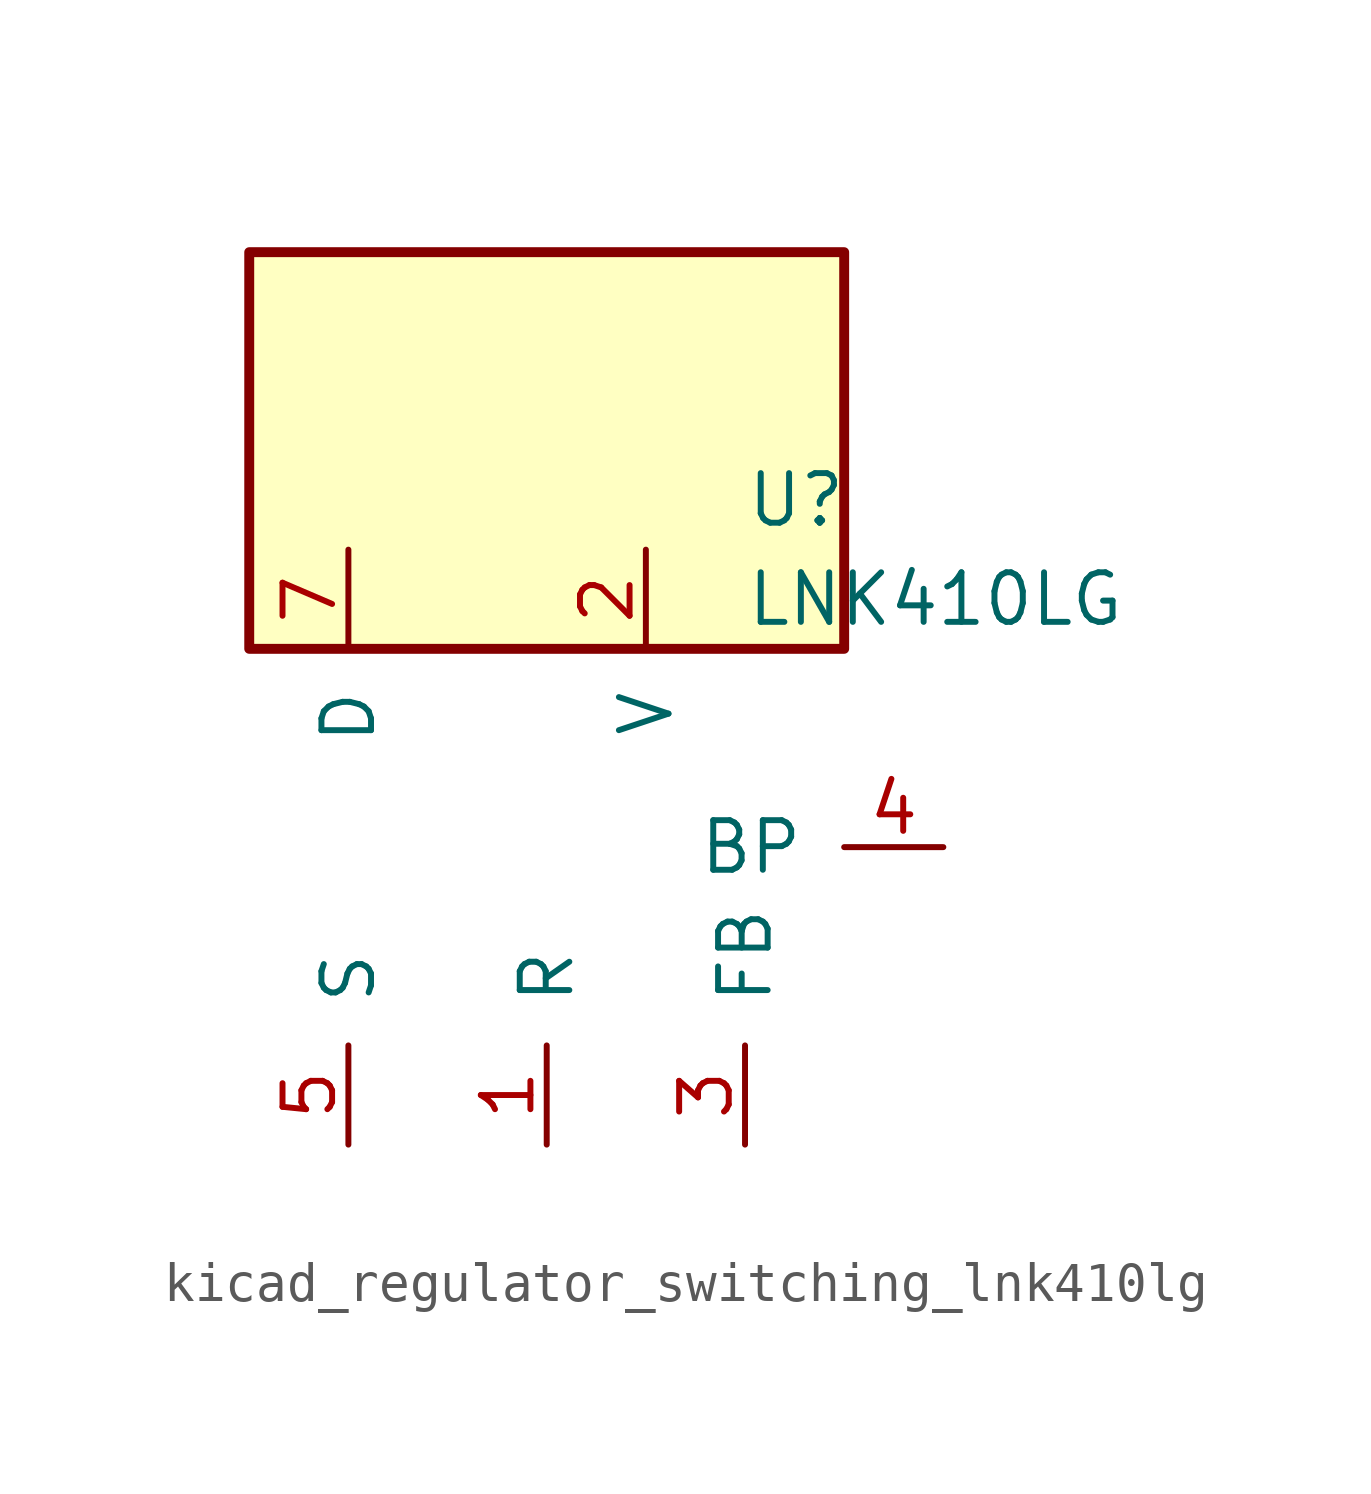
<source format=kicad_sym>
(kicad_symbol_lib
  (version 20220914)
  (generator kicad_symbol_editor)
  (symbol "kicad_regulator_switching_lnk410lg"
    (pin_names
      (offset 1.016))
    (property "Reference" "U"
      (at 5.08 8.89 0)
      (effects (font (size 1.27 1.27)) (justify left)))
    (property "Value" "LNK410LG"
      (at 5.08 6.35 0)
      (effects (font (size 1.27 1.27)) (justify left)))
    (symbol "kicad_regulator_switching_lnk410lg_0_1"
      (rectangle (start 7.62 15.24) (end -7.62 5.08) (stroke (width 0.254) (type default)) (fill (type background))))
    (symbol "kicad_regulator_switching_lnk410lg_1_1"
      (pin input line (at 0 -7.62 90) (length 2.54) (name "R" (effects (font (size 1.27 1.27)))) (number "1" (effects (font (size 1.27 1.27)))))
      (pin input line (at 2.54 7.62 270) (length 2.54) (name "V" (effects (font (size 1.27 1.27)))) (number "2" (effects (font (size 1.27 1.27)))))
      (pin input line (at 5.08 -7.62 90) (length 2.54) (name "FB" (effects (font (size 1.27 1.27)))) (number "3" (effects (font (size 1.27 1.27)))))
      (pin input line (at 10.16 0 180) (length 2.54) (name "BP" (effects (font (size 1.27 1.27)))) (number "4" (effects (font (size 1.27 1.27)))))
      (pin power_in line (at -5.08 -7.62 90) (length 2.54) (name "S" (effects (font (size 1.27 1.27)))) (number "5" (effects (font (size 1.27 1.27)))))
      (pin open_collector line (at -5.08 7.62 270) (length 2.54) (name "D" (effects (font (size 1.27 1.27)))) (number "7" (effects (font (size 1.27 1.27))))))))
</source>
